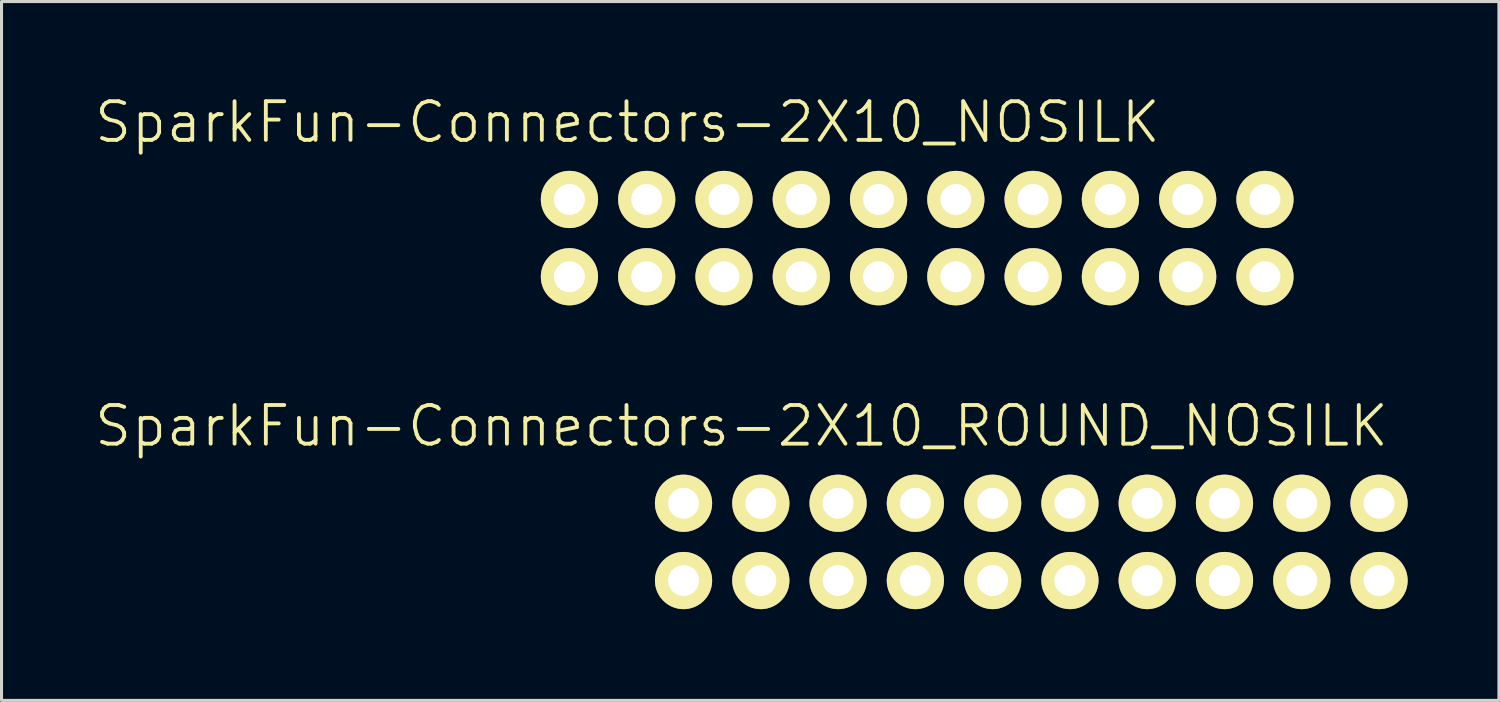
<source format=kicad_pcb>
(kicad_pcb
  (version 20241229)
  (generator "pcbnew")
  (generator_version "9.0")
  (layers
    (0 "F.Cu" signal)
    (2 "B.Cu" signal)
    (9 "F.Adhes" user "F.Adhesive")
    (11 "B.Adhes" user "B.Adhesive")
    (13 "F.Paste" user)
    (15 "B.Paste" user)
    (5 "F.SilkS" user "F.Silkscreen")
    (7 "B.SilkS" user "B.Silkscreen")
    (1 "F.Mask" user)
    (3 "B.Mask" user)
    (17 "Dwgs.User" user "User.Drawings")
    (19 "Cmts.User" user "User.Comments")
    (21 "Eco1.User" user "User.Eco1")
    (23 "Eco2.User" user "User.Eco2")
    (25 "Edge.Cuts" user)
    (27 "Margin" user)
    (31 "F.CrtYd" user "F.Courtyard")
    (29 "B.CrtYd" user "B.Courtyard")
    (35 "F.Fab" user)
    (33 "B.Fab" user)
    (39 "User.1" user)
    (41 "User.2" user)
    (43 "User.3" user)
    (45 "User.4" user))
  (footprint "SparkFun-Connectors-2X10_NOSILK"
    (layer "F.Cu")
    (at 27.096 4.776)
    (property "Reference" "SparkFun-Connectors-2X10_NOSILK" (at -9.525 -3.81 0) (layer "F.SilkS") (effects (font (size 1.27 1.27) (thickness 0.127))))
    (attr exclude_from_pos_files exclude_from_bom)
    (fp_line (start -11.684 -1.524) (end -11.176 -1.524) (stroke (width 0.066) (type solid)) (layer "F.SilkS"))
    (fp_line (start -11.684 -1.016) (end -11.684 -1.524) (stroke (width 0.066) (type solid)) (layer "F.SilkS"))
    (fp_line (start -11.684 -1.016) (end -11.176 -1.016) (stroke (width 0.066) (type solid)) (layer "F.SilkS"))
    (fp_line (start -11.684 1.016) (end -11.176 1.016) (stroke (width 0.066) (type solid)) (layer "F.SilkS"))
    (fp_line (start -11.684 1.524) (end -11.684 1.016) (stroke (width 0.066) (type solid)) (layer "F.SilkS"))
    (fp_line (start -11.684 1.524) (end -11.176 1.524) (stroke (width 0.066) (type solid)) (layer "F.SilkS"))
    (fp_line (start -11.176 -1.016) (end -11.176 -1.524) (stroke (width 0.066) (type solid)) (layer "F.SilkS"))
    (fp_line (start -11.176 1.524) (end -11.176 1.016) (stroke (width 0.066) (type solid)) (layer "F.SilkS"))
    (fp_line (start -9.144 -1.524) (end -8.636 -1.524) (stroke (width 0.066) (type solid)) (layer "F.SilkS"))
    (fp_line (start -9.144 -1.016) (end -9.144 -1.524) (stroke (width 0.066) (type solid)) (layer "F.SilkS"))
    (fp_line (start -9.144 -1.016) (end -8.636 -1.016) (stroke (width 0.066) (type solid)) (layer "F.SilkS"))
    (fp_line (start -9.144 1.016) (end -8.636 1.016) (stroke (width 0.066) (type solid)) (layer "F.SilkS"))
    (fp_line (start -9.144 1.524) (end -9.144 1.016) (stroke (width 0.066) (type solid)) (layer "F.SilkS"))
    (fp_line (start -9.144 1.524) (end -8.636 1.524) (stroke (width 0.066) (type solid)) (layer "F.SilkS"))
    (fp_line (start -8.636 -1.016) (end -8.636 -1.524) (stroke (width 0.066) (type solid)) (layer "F.SilkS"))
    (fp_line (start -8.636 1.524) (end -8.636 1.016) (stroke (width 0.066) (type solid)) (layer "F.SilkS"))
    (fp_line (start -6.604 -1.524) (end -6.096 -1.524) (stroke (width 0.066) (type solid)) (layer "F.SilkS"))
    (fp_line (start -6.604 -1.016) (end -6.604 -1.524) (stroke (width 0.066) (type solid)) (layer "F.SilkS"))
    (fp_line (start -6.604 -1.016) (end -6.096 -1.016) (stroke (width 0.066) (type solid)) (layer "F.SilkS"))
    (fp_line (start -6.604 1.016) (end -6.096 1.016) (stroke (width 0.066) (type solid)) (layer "F.SilkS"))
    (fp_line (start -6.604 1.524) (end -6.604 1.016) (stroke (width 0.066) (type solid)) (layer "F.SilkS"))
    (fp_line (start -6.604 1.524) (end -6.096 1.524) (stroke (width 0.066) (type solid)) (layer "F.SilkS"))
    (fp_line (start -6.096 -1.016) (end -6.096 -1.524) (stroke (width 0.066) (type solid)) (layer "F.SilkS"))
    (fp_line (start -6.096 1.524) (end -6.096 1.016) (stroke (width 0.066) (type solid)) (layer "F.SilkS"))
    (fp_line (start -4.064 -1.524) (end -3.556 -1.524) (stroke (width 0.066) (type solid)) (layer "F.SilkS"))
    (fp_line (start -4.064 -1.016) (end -4.064 -1.524) (stroke (width 0.066) (type solid)) (layer "F.SilkS"))
    (fp_line (start -4.064 -1.016) (end -3.556 -1.016) (stroke (width 0.066) (type solid)) (layer "F.SilkS"))
    (fp_line (start -4.064 1.016) (end -3.556 1.016) (stroke (width 0.066) (type solid)) (layer "F.SilkS"))
    (fp_line (start -4.064 1.524) (end -4.064 1.016) (stroke (width 0.066) (type solid)) (layer "F.SilkS"))
    (fp_line (start -4.064 1.524) (end -3.556 1.524) (stroke (width 0.066) (type solid)) (layer "F.SilkS"))
    (fp_line (start -3.556 -1.016) (end -3.556 -1.524) (stroke (width 0.066) (type solid)) (layer "F.SilkS"))
    (fp_line (start -3.556 1.524) (end -3.556 1.016) (stroke (width 0.066) (type solid)) (layer "F.SilkS"))
    (fp_line (start -1.524 -1.524) (end -1.016 -1.524) (stroke (width 0.066) (type solid)) (layer "F.SilkS"))
    (fp_line (start -1.524 -1.016) (end -1.524 -1.524) (stroke (width 0.066) (type solid)) (layer "F.SilkS"))
    (fp_line (start -1.524 -1.016) (end -1.016 -1.016) (stroke (width 0.066) (type solid)) (layer "F.SilkS"))
    (fp_line (start -1.524 1.016) (end -1.016 1.016) (stroke (width 0.066) (type solid)) (layer "F.SilkS"))
    (fp_line (start -1.524 1.524) (end -1.524 1.016) (stroke (width 0.066) (type solid)) (layer "F.SilkS"))
    (fp_line (start -1.524 1.524) (end -1.016 1.524) (stroke (width 0.066) (type solid)) (layer "F.SilkS"))
    (fp_line (start -1.016 -1.016) (end -1.016 -1.524) (stroke (width 0.066) (type solid)) (layer "F.SilkS"))
    (fp_line (start -1.016 1.524) (end -1.016 1.016) (stroke (width 0.066) (type solid)) (layer "F.SilkS"))
    (fp_line (start 1.016 -1.524) (end 1.524 -1.524) (stroke (width 0.066) (type solid)) (layer "F.SilkS"))
    (fp_line (start 1.016 -1.016) (end 1.016 -1.524) (stroke (width 0.066) (type solid)) (layer "F.SilkS"))
    (fp_line (start 1.016 -1.016) (end 1.524 -1.016) (stroke (width 0.066) (type solid)) (layer "F.SilkS"))
    (fp_line (start 1.016 1.016) (end 1.524 1.016) (stroke (width 0.066) (type solid)) (layer "F.SilkS"))
    (fp_line (start 1.016 1.524) (end 1.016 1.016) (stroke (width 0.066) (type solid)) (layer "F.SilkS"))
    (fp_line (start 1.016 1.524) (end 1.524 1.524) (stroke (width 0.066) (type solid)) (layer "F.SilkS"))
    (fp_line (start 1.524 -1.016) (end 1.524 -1.524) (stroke (width 0.066) (type solid)) (layer "F.SilkS"))
    (fp_line (start 1.524 1.524) (end 1.524 1.016) (stroke (width 0.066) (type solid)) (layer "F.SilkS"))
    (fp_line (start 3.556 -1.524) (end 4.064 -1.524) (stroke (width 0.066) (type solid)) (layer "F.SilkS"))
    (fp_line (start 3.556 -1.016) (end 3.556 -1.524) (stroke (width 0.066) (type solid)) (layer "F.SilkS"))
    (fp_line (start 3.556 -1.016) (end 4.064 -1.016) (stroke (width 0.066) (type solid)) (layer "F.SilkS"))
    (fp_line (start 3.556 1.016) (end 4.064 1.016) (stroke (width 0.066) (type solid)) (layer "F.SilkS"))
    (fp_line (start 3.556 1.524) (end 3.556 1.016) (stroke (width 0.066) (type solid)) (layer "F.SilkS"))
    (fp_line (start 3.556 1.524) (end 4.064 1.524) (stroke (width 0.066) (type solid)) (layer "F.SilkS"))
    (fp_line (start 4.064 -1.016) (end 4.064 -1.524) (stroke (width 0.066) (type solid)) (layer "F.SilkS"))
    (fp_line (start 4.064 1.524) (end 4.064 1.016) (stroke (width 0.066) (type solid)) (layer "F.SilkS"))
    (fp_line (start 6.096 -1.524) (end 6.604 -1.524) (stroke (width 0.066) (type solid)) (layer "F.SilkS"))
    (fp_line (start 6.096 -1.016) (end 6.096 -1.524) (stroke (width 0.066) (type solid)) (layer "F.SilkS"))
    (fp_line (start 6.096 -1.016) (end 6.604 -1.016) (stroke (width 0.066) (type solid)) (layer "F.SilkS"))
    (fp_line (start 6.096 1.016) (end 6.604 1.016) (stroke (width 0.066) (type solid)) (layer "F.SilkS"))
    (fp_line (start 6.096 1.524) (end 6.096 1.016) (stroke (width 0.066) (type solid)) (layer "F.SilkS"))
    (fp_line (start 6.096 1.524) (end 6.604 1.524) (stroke (width 0.066) (type solid)) (layer "F.SilkS"))
    (fp_line (start 6.604 -1.016) (end 6.604 -1.524) (stroke (width 0.066) (type solid)) (layer "F.SilkS"))
    (fp_line (start 6.604 1.524) (end 6.604 1.016) (stroke (width 0.066) (type solid)) (layer "F.SilkS"))
    (fp_line (start 8.636 -1.524) (end 9.144 -1.524) (stroke (width 0.066) (type solid)) (layer "F.SilkS"))
    (fp_line (start 8.636 -1.016) (end 8.636 -1.524) (stroke (width 0.066) (type solid)) (layer "F.SilkS"))
    (fp_line (start 8.636 -1.016) (end 9.144 -1.016) (stroke (width 0.066) (type solid)) (layer "F.SilkS"))
    (fp_line (start 8.636 1.016) (end 9.144 1.016) (stroke (width 0.066) (type solid)) (layer "F.SilkS"))
    (fp_line (start 8.636 1.524) (end 8.636 1.016) (stroke (width 0.066) (type solid)) (layer "F.SilkS"))
    (fp_line (start 8.636 1.524) (end 9.144 1.524) (stroke (width 0.066) (type solid)) (layer "F.SilkS"))
    (fp_line (start 9.144 -1.016) (end 9.144 -1.524) (stroke (width 0.066) (type solid)) (layer "F.SilkS"))
    (fp_line (start 9.144 1.524) (end 9.144 1.016) (stroke (width 0.066) (type solid)) (layer "F.SilkS"))
    (fp_line (start 11.176 -1.524) (end 11.684 -1.524) (stroke (width 0.066) (type solid)) (layer "F.SilkS"))
    (fp_line (start 11.176 -1.016) (end 11.176 -1.524) (stroke (width 0.066) (type solid)) (layer "F.SilkS"))
    (fp_line (start 11.176 -1.016) (end 11.684 -1.016) (stroke (width 0.066) (type solid)) (layer "F.SilkS"))
    (fp_line (start 11.176 1.016) (end 11.684 1.016) (stroke (width 0.066) (type solid)) (layer "F.SilkS"))
    (fp_line (start 11.176 1.524) (end 11.176 1.016) (stroke (width 0.066) (type solid)) (layer "F.SilkS"))
    (fp_line (start 11.176 1.524) (end 11.684 1.524) (stroke (width 0.066) (type solid)) (layer "F.SilkS"))
    (fp_line (start 11.684 -1.016) (end 11.684 -1.524) (stroke (width 0.066) (type solid)) (layer "F.SilkS"))
    (fp_line (start 11.684 1.524) (end 11.684 1.016) (stroke (width 0.066) (type solid)) (layer "F.SilkS"))
    (pad "1" thru_hole circle (at -11.43 1.27) (size 1.88 1.88) (drill 1.016) (layers "*.Cu" "F.Mask" "F.SilkS" "F.Paste"))
    (pad "2" thru_hole circle (at -11.43 -1.27) (size 1.88 1.88) (drill 1.016) (layers "*.Cu" "F.Mask" "F.SilkS" "F.Paste"))
    (pad "3" thru_hole circle (at -8.89 1.27) (size 1.88 1.88) (drill 1.016) (layers "*.Cu" "F.Mask" "F.SilkS" "F.Paste"))
    (pad "4" thru_hole circle (at -8.89 -1.27) (size 1.88 1.88) (drill 1.016) (layers "*.Cu" "F.Mask" "F.SilkS" "F.Paste"))
    (pad "5" thru_hole circle (at -6.35 1.27) (size 1.88 1.88) (drill 1.016) (layers "*.Cu" "F.Mask" "F.SilkS" "F.Paste"))
    (pad "6" thru_hole circle (at -6.35 -1.27) (size 1.88 1.88) (drill 1.016) (layers "*.Cu" "F.Mask" "F.SilkS" "F.Paste"))
    (pad "7" thru_hole circle (at -3.81 1.27) (size 1.88 1.88) (drill 1.016) (layers "*.Cu" "F.Mask" "F.SilkS" "F.Paste"))
    (pad "8" thru_hole circle (at -3.81 -1.27) (size 1.88 1.88) (drill 1.016) (layers "*.Cu" "F.Mask" "F.SilkS" "F.Paste"))
    (pad "9" thru_hole circle (at -1.27 1.27) (size 1.88 1.88) (drill 1.016) (layers "*.Cu" "F.Mask" "F.SilkS" "F.Paste"))
    (pad "10" thru_hole circle (at -1.27 -1.27) (size 1.88 1.88) (drill 1.016) (layers "*.Cu" "F.Mask" "F.SilkS" "F.Paste"))
    (pad "11" thru_hole circle (at 1.27 1.27) (size 1.88 1.88) (drill 1.016) (layers "*.Cu" "F.Mask" "F.SilkS" "F.Paste"))
    (pad "12" thru_hole circle (at 1.27 -1.27) (size 1.88 1.88) (drill 1.016) (layers "*.Cu" "F.Mask" "F.SilkS" "F.Paste"))
    (pad "13" thru_hole circle (at 3.81 1.27) (size 1.88 1.88) (drill 1.016) (layers "*.Cu" "F.Mask" "F.SilkS" "F.Paste"))
    (pad "14" thru_hole circle (at 3.81 -1.27) (size 1.88 1.88) (drill 1.016) (layers "*.Cu" "F.Mask" "F.SilkS" "F.Paste"))
    (pad "15" thru_hole circle (at 6.35 1.27) (size 1.88 1.88) (drill 1.016) (layers "*.Cu" "F.Mask" "F.SilkS" "F.Paste"))
    (pad "16" thru_hole circle (at 6.35 -1.27) (size 1.88 1.88) (drill 1.016) (layers "*.Cu" "F.Mask" "F.SilkS" "F.Paste"))
    (pad "17" thru_hole circle (at 8.89 1.27) (size 1.88 1.88) (drill 1.016) (layers "*.Cu" "F.Mask" "F.SilkS" "F.Paste"))
    (pad "18" thru_hole circle (at 8.89 -1.27) (size 1.88 1.88) (drill 1.016) (layers "*.Cu" "F.Mask" "F.SilkS" "F.Paste"))
    (pad "19" thru_hole circle (at 11.43 1.27) (size 1.88 1.88) (drill 1.016) (layers "*.Cu" "F.Mask" "F.SilkS" "F.Paste"))
    (pad "20" thru_hole circle (at 11.43 -1.27) (size 1.88 1.88) (drill 1.016) (layers "*.Cu" "F.Mask" "F.SilkS" "F.Paste")))
  (footprint "SparkFun-Connectors-2X10_ROUND_NOSILK"
    (layer "F.Cu")
    (at 30.846 14.761)
    (property "Reference" "SparkFun-Connectors-2X10_ROUND_NOSILK" (at -9.525 -3.81 0) (layer "F.SilkS") (effects (font (size 1.27 1.27) (thickness 0.127))))
    (attr exclude_from_pos_files exclude_from_bom)
    (fp_line (start -11.684 -1.524) (end -11.176 -1.524) (stroke (width 0.066) (type solid)) (layer "F.SilkS"))
    (fp_line (start -11.684 -1.016) (end -11.684 -1.524) (stroke (width 0.066) (type solid)) (layer "F.SilkS"))
    (fp_line (start -11.684 -1.016) (end -11.176 -1.016) (stroke (width 0.066) (type solid)) (layer "F.SilkS"))
    (fp_line (start -11.684 1.016) (end -11.176 1.016) (stroke (width 0.066) (type solid)) (layer "F.SilkS"))
    (fp_line (start -11.684 1.524) (end -11.684 1.016) (stroke (width 0.066) (type solid)) (layer "F.SilkS"))
    (fp_line (start -11.684 1.524) (end -11.176 1.524) (stroke (width 0.066) (type solid)) (layer "F.SilkS"))
    (fp_line (start -11.176 -1.016) (end -11.176 -1.524) (stroke (width 0.066) (type solid)) (layer "F.SilkS"))
    (fp_line (start -11.176 1.524) (end -11.176 1.016) (stroke (width 0.066) (type solid)) (layer "F.SilkS"))
    (fp_line (start -9.144 -1.524) (end -8.636 -1.524) (stroke (width 0.066) (type solid)) (layer "F.SilkS"))
    (fp_line (start -9.144 -1.016) (end -9.144 -1.524) (stroke (width 0.066) (type solid)) (layer "F.SilkS"))
    (fp_line (start -9.144 -1.016) (end -8.636 -1.016) (stroke (width 0.066) (type solid)) (layer "F.SilkS"))
    (fp_line (start -9.144 1.016) (end -8.636 1.016) (stroke (width 0.066) (type solid)) (layer "F.SilkS"))
    (fp_line (start -9.144 1.524) (end -9.144 1.016) (stroke (width 0.066) (type solid)) (layer "F.SilkS"))
    (fp_line (start -9.144 1.524) (end -8.636 1.524) (stroke (width 0.066) (type solid)) (layer "F.SilkS"))
    (fp_line (start -8.636 -1.016) (end -8.636 -1.524) (stroke (width 0.066) (type solid)) (layer "F.SilkS"))
    (fp_line (start -8.636 1.524) (end -8.636 1.016) (stroke (width 0.066) (type solid)) (layer "F.SilkS"))
    (fp_line (start -6.604 -1.524) (end -6.096 -1.524) (stroke (width 0.066) (type solid)) (layer "F.SilkS"))
    (fp_line (start -6.604 -1.016) (end -6.604 -1.524) (stroke (width 0.066) (type solid)) (layer "F.SilkS"))
    (fp_line (start -6.604 -1.016) (end -6.096 -1.016) (stroke (width 0.066) (type solid)) (layer "F.SilkS"))
    (fp_line (start -6.604 1.016) (end -6.096 1.016) (stroke (width 0.066) (type solid)) (layer "F.SilkS"))
    (fp_line (start -6.604 1.524) (end -6.604 1.016) (stroke (width 0.066) (type solid)) (layer "F.SilkS"))
    (fp_line (start -6.604 1.524) (end -6.096 1.524) (stroke (width 0.066) (type solid)) (layer "F.SilkS"))
    (fp_line (start -6.096 -1.016) (end -6.096 -1.524) (stroke (width 0.066) (type solid)) (layer "F.SilkS"))
    (fp_line (start -6.096 1.524) (end -6.096 1.016) (stroke (width 0.066) (type solid)) (layer "F.SilkS"))
    (fp_line (start -4.064 -1.524) (end -3.556 -1.524) (stroke (width 0.066) (type solid)) (layer "F.SilkS"))
    (fp_line (start -4.064 -1.016) (end -4.064 -1.524) (stroke (width 0.066) (type solid)) (layer "F.SilkS"))
    (fp_line (start -4.064 -1.016) (end -3.556 -1.016) (stroke (width 0.066) (type solid)) (layer "F.SilkS"))
    (fp_line (start -4.064 1.016) (end -3.556 1.016) (stroke (width 0.066) (type solid)) (layer "F.SilkS"))
    (fp_line (start -4.064 1.524) (end -4.064 1.016) (stroke (width 0.066) (type solid)) (layer "F.SilkS"))
    (fp_line (start -4.064 1.524) (end -3.556 1.524) (stroke (width 0.066) (type solid)) (layer "F.SilkS"))
    (fp_line (start -3.556 -1.016) (end -3.556 -1.524) (stroke (width 0.066) (type solid)) (layer "F.SilkS"))
    (fp_line (start -3.556 1.524) (end -3.556 1.016) (stroke (width 0.066) (type solid)) (layer "F.SilkS"))
    (fp_line (start -1.524 -1.524) (end -1.016 -1.524) (stroke (width 0.066) (type solid)) (layer "F.SilkS"))
    (fp_line (start -1.524 -1.016) (end -1.524 -1.524) (stroke (width 0.066) (type solid)) (layer "F.SilkS"))
    (fp_line (start -1.524 -1.016) (end -1.016 -1.016) (stroke (width 0.066) (type solid)) (layer "F.SilkS"))
    (fp_line (start -1.524 1.016) (end -1.016 1.016) (stroke (width 0.066) (type solid)) (layer "F.SilkS"))
    (fp_line (start -1.524 1.524) (end -1.524 1.016) (stroke (width 0.066) (type solid)) (layer "F.SilkS"))
    (fp_line (start -1.524 1.524) (end -1.016 1.524) (stroke (width 0.066) (type solid)) (layer "F.SilkS"))
    (fp_line (start -1.016 -1.016) (end -1.016 -1.524) (stroke (width 0.066) (type solid)) (layer "F.SilkS"))
    (fp_line (start -1.016 1.524) (end -1.016 1.016) (stroke (width 0.066) (type solid)) (layer "F.SilkS"))
    (fp_line (start 1.016 -1.524) (end 1.524 -1.524) (stroke (width 0.066) (type solid)) (layer "F.SilkS"))
    (fp_line (start 1.016 -1.016) (end 1.016 -1.524) (stroke (width 0.066) (type solid)) (layer "F.SilkS"))
    (fp_line (start 1.016 -1.016) (end 1.524 -1.016) (stroke (width 0.066) (type solid)) (layer "F.SilkS"))
    (fp_line (start 1.016 1.016) (end 1.524 1.016) (stroke (width 0.066) (type solid)) (layer "F.SilkS"))
    (fp_line (start 1.016 1.524) (end 1.016 1.016) (stroke (width 0.066) (type solid)) (layer "F.SilkS"))
    (fp_line (start 1.016 1.524) (end 1.524 1.524) (stroke (width 0.066) (type solid)) (layer "F.SilkS"))
    (fp_line (start 1.524 -1.016) (end 1.524 -1.524) (stroke (width 0.066) (type solid)) (layer "F.SilkS"))
    (fp_line (start 1.524 1.524) (end 1.524 1.016) (stroke (width 0.066) (type solid)) (layer "F.SilkS"))
    (fp_line (start 3.556 -1.524) (end 4.064 -1.524) (stroke (width 0.066) (type solid)) (layer "F.SilkS"))
    (fp_line (start 3.556 -1.016) (end 3.556 -1.524) (stroke (width 0.066) (type solid)) (layer "F.SilkS"))
    (fp_line (start 3.556 -1.016) (end 4.064 -1.016) (stroke (width 0.066) (type solid)) (layer "F.SilkS"))
    (fp_line (start 3.556 1.016) (end 4.064 1.016) (stroke (width 0.066) (type solid)) (layer "F.SilkS"))
    (fp_line (start 3.556 1.524) (end 3.556 1.016) (stroke (width 0.066) (type solid)) (layer "F.SilkS"))
    (fp_line (start 3.556 1.524) (end 4.064 1.524) (stroke (width 0.066) (type solid)) (layer "F.SilkS"))
    (fp_line (start 4.064 -1.016) (end 4.064 -1.524) (stroke (width 0.066) (type solid)) (layer "F.SilkS"))
    (fp_line (start 4.064 1.524) (end 4.064 1.016) (stroke (width 0.066) (type solid)) (layer "F.SilkS"))
    (fp_line (start 6.096 -1.524) (end 6.604 -1.524) (stroke (width 0.066) (type solid)) (layer "F.SilkS"))
    (fp_line (start 6.096 -1.016) (end 6.096 -1.524) (stroke (width 0.066) (type solid)) (layer "F.SilkS"))
    (fp_line (start 6.096 -1.016) (end 6.604 -1.016) (stroke (width 0.066) (type solid)) (layer "F.SilkS"))
    (fp_line (start 6.096 1.016) (end 6.604 1.016) (stroke (width 0.066) (type solid)) (layer "F.SilkS"))
    (fp_line (start 6.096 1.524) (end 6.096 1.016) (stroke (width 0.066) (type solid)) (layer "F.SilkS"))
    (fp_line (start 6.096 1.524) (end 6.604 1.524) (stroke (width 0.066) (type solid)) (layer "F.SilkS"))
    (fp_line (start 6.604 -1.016) (end 6.604 -1.524) (stroke (width 0.066) (type solid)) (layer "F.SilkS"))
    (fp_line (start 6.604 1.524) (end 6.604 1.016) (stroke (width 0.066) (type solid)) (layer "F.SilkS"))
    (fp_line (start 8.636 -1.524) (end 9.144 -1.524) (stroke (width 0.066) (type solid)) (layer "F.SilkS"))
    (fp_line (start 8.636 -1.016) (end 8.636 -1.524) (stroke (width 0.066) (type solid)) (layer "F.SilkS"))
    (fp_line (start 8.636 -1.016) (end 9.144 -1.016) (stroke (width 0.066) (type solid)) (layer "F.SilkS"))
    (fp_line (start 8.636 1.016) (end 9.144 1.016) (stroke (width 0.066) (type solid)) (layer "F.SilkS"))
    (fp_line (start 8.636 1.524) (end 8.636 1.016) (stroke (width 0.066) (type solid)) (layer "F.SilkS"))
    (fp_line (start 8.636 1.524) (end 9.144 1.524) (stroke (width 0.066) (type solid)) (layer "F.SilkS"))
    (fp_line (start 9.144 -1.016) (end 9.144 -1.524) (stroke (width 0.066) (type solid)) (layer "F.SilkS"))
    (fp_line (start 9.144 1.524) (end 9.144 1.016) (stroke (width 0.066) (type solid)) (layer "F.SilkS"))
    (fp_line (start 11.176 -1.524) (end 11.684 -1.524) (stroke (width 0.066) (type solid)) (layer "F.SilkS"))
    (fp_line (start 11.176 -1.016) (end 11.176 -1.524) (stroke (width 0.066) (type solid)) (layer "F.SilkS"))
    (fp_line (start 11.176 -1.016) (end 11.684 -1.016) (stroke (width 0.066) (type solid)) (layer "F.SilkS"))
    (fp_line (start 11.176 1.016) (end 11.684 1.016) (stroke (width 0.066) (type solid)) (layer "F.SilkS"))
    (fp_line (start 11.176 1.524) (end 11.176 1.016) (stroke (width 0.066) (type solid)) (layer "F.SilkS"))
    (fp_line (start 11.176 1.524) (end 11.684 1.524) (stroke (width 0.066) (type solid)) (layer "F.SilkS"))
    (fp_line (start 11.684 -1.016) (end 11.684 -1.524) (stroke (width 0.066) (type solid)) (layer "F.SilkS"))
    (fp_line (start 11.684 1.524) (end 11.684 1.016) (stroke (width 0.066) (type solid)) (layer "F.SilkS"))
    (pad "1" thru_hole circle (at -11.43 1.27) (size 1.88 1.88) (drill 1.016) (layers "*.Cu" "F.Mask" "F.SilkS" "F.Paste"))
    (pad "2" thru_hole circle (at -11.43 -1.27) (size 1.88 1.88) (drill 1.016) (layers "*.Cu" "F.Mask" "F.SilkS" "F.Paste"))
    (pad "3" thru_hole circle (at -8.89 1.27) (size 1.88 1.88) (drill 1.016) (layers "*.Cu" "F.Mask" "F.SilkS" "F.Paste"))
    (pad "4" thru_hole circle (at -8.89 -1.27) (size 1.88 1.88) (drill 1.016) (layers "*.Cu" "F.Mask" "F.SilkS" "F.Paste"))
    (pad "5" thru_hole circle (at -6.35 1.27) (size 1.88 1.88) (drill 1.016) (layers "*.Cu" "F.Mask" "F.SilkS" "F.Paste"))
    (pad "6" thru_hole circle (at -6.35 -1.27) (size 1.88 1.88) (drill 1.016) (layers "*.Cu" "F.Mask" "F.SilkS" "F.Paste"))
    (pad "7" thru_hole circle (at -3.81 1.27) (size 1.88 1.88) (drill 1.016) (layers "*.Cu" "F.Mask" "F.SilkS" "F.Paste"))
    (pad "8" thru_hole circle (at -3.81 -1.27) (size 1.88 1.88) (drill 1.016) (layers "*.Cu" "F.Mask" "F.SilkS" "F.Paste"))
    (pad "9" thru_hole circle (at -1.27 1.27) (size 1.88 1.88) (drill 1.016) (layers "*.Cu" "F.Mask" "F.SilkS" "F.Paste"))
    (pad "10" thru_hole circle (at -1.27 -1.27) (size 1.88 1.88) (drill 1.016) (layers "*.Cu" "F.Mask" "F.SilkS" "F.Paste"))
    (pad "11" thru_hole circle (at 1.27 1.27) (size 1.88 1.88) (drill 1.016) (layers "*.Cu" "F.Mask" "F.SilkS" "F.Paste"))
    (pad "12" thru_hole circle (at 1.27 -1.27) (size 1.88 1.88) (drill 1.016) (layers "*.Cu" "F.Mask" "F.SilkS" "F.Paste"))
    (pad "13" thru_hole circle (at 3.81 1.27) (size 1.88 1.88) (drill 1.016) (layers "*.Cu" "F.Mask" "F.SilkS" "F.Paste"))
    (pad "14" thru_hole circle (at 3.81 -1.27) (size 1.88 1.88) (drill 1.016) (layers "*.Cu" "F.Mask" "F.SilkS" "F.Paste"))
    (pad "15" thru_hole circle (at 6.35 1.27) (size 1.88 1.88) (drill 1.016) (layers "*.Cu" "F.Mask" "F.SilkS" "F.Paste"))
    (pad "16" thru_hole circle (at 6.35 -1.27) (size 1.88 1.88) (drill 1.016) (layers "*.Cu" "F.Mask" "F.SilkS" "F.Paste"))
    (pad "17" thru_hole circle (at 8.89 1.27) (size 1.88 1.88) (drill 1.016) (layers "*.Cu" "F.Mask" "F.SilkS" "F.Paste"))
    (pad "18" thru_hole circle (at 8.89 -1.27) (size 1.88 1.88) (drill 1.016) (layers "*.Cu" "F.Mask" "F.SilkS" "F.Paste"))
    (pad "19" thru_hole circle (at 11.43 1.27) (size 1.88 1.88) (drill 1.016) (layers "*.Cu" "F.Mask" "F.SilkS" "F.Paste"))
    (pad "20" thru_hole circle (at 11.43 -1.27) (size 1.88 1.88) (drill 1.016) (layers "*.Cu" "F.Mask" "F.SilkS" "F.Paste")))
  (gr_rect
    (start -3 -3)
    (end 46.216 19.971)
    (stroke (width 0.1) (type default))
    (fill no)
    (layer "Edge.Cuts")))
</source>
